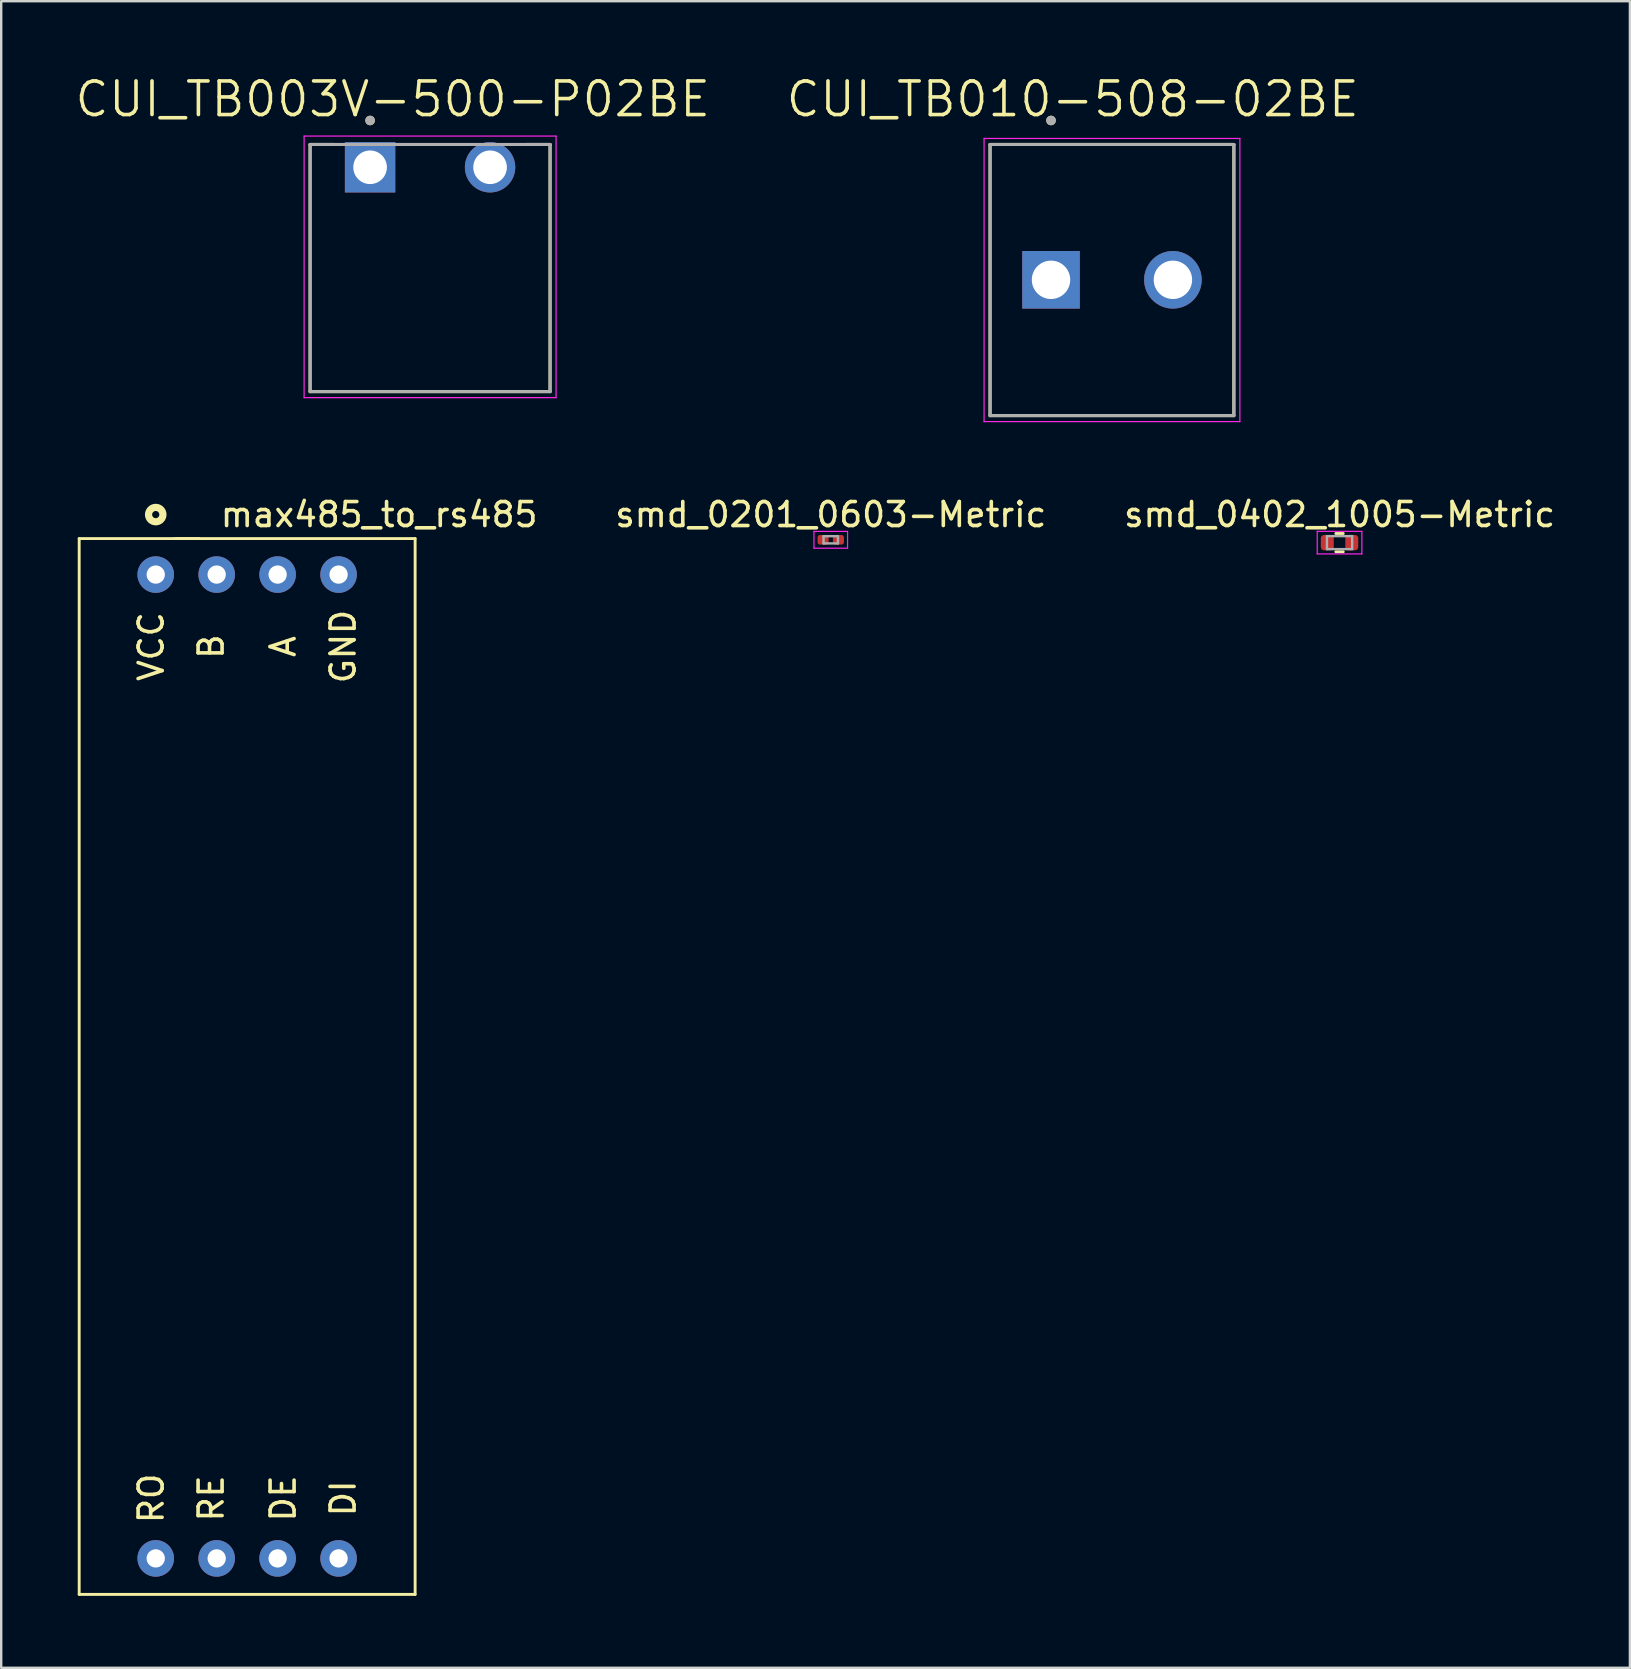
<source format=kicad_pcb>
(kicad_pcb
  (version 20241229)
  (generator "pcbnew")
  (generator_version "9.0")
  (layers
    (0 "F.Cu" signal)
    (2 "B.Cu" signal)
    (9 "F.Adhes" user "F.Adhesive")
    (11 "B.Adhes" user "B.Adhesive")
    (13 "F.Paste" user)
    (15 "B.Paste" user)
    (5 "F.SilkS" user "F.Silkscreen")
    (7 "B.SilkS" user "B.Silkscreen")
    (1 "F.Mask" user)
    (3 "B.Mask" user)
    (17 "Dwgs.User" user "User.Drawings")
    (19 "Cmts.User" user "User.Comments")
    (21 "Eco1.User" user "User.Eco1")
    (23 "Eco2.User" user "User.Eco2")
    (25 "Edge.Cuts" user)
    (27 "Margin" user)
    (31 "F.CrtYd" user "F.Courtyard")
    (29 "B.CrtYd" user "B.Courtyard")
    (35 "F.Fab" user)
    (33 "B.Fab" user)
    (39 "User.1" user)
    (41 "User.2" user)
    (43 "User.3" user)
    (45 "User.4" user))
  (footprint "CUI_TB003V-500-P02BE"
    (layer "F.Cu")
    (at 12.373 3.921)
    (property "Reference" "CUI_TB003V-500-P02BE" (at 0.945 -2.839 0) (layer "F.SilkS") (effects (font (size 1.4 1.4) (thickness 0.15))))
    (attr through_hole)
    (fp_line (start -2.5 -0.95) (end -1.5 -0.95) (stroke (width 0.127) (type solid)) (layer "F.SilkS"))
    (fp_line (start -2.5 9.35) (end -2.5 -0.95) (stroke (width 0.127) (type solid)) (layer "F.SilkS"))
    (fp_line (start 7.5 -0.95) (end 6.5 -0.95) (stroke (width 0.127) (type solid)) (layer "F.SilkS"))
    (fp_line (start 7.5 -0.95) (end 7.5 9.35) (stroke (width 0.127) (type solid)) (layer "F.SilkS"))
    (fp_line (start 7.5 9.35) (end -2.5 9.35) (stroke (width 0.127) (type solid)) (layer "F.SilkS"))
    (fp_circle (center 0 -1.95) (end 0.1 -1.95) (stroke (width 0.2) (type solid)) (fill no) (layer "F.SilkS"))
    (fp_line (start -2.75 -1.3) (end 7.75 -1.3) (stroke (width 0.05) (type solid)) (layer "F.CrtYd"))
    (fp_line (start -2.75 9.6) (end -2.75 -1.3) (stroke (width 0.05) (type solid)) (layer "F.CrtYd"))
    (fp_line (start 7.75 -1.3) (end 7.75 9.6) (stroke (width 0.05) (type solid)) (layer "F.CrtYd"))
    (fp_line (start 7.75 9.6) (end -2.75 9.6) (stroke (width 0.05) (type solid)) (layer "F.CrtYd"))
    (fp_line (start -2.5 -0.95) (end 7.5 -0.95) (stroke (width 0.127) (type solid)) (layer "F.Fab"))
    (fp_line (start -2.5 9.35) (end -2.5 -0.95) (stroke (width 0.127) (type solid)) (layer "F.Fab"))
    (fp_line (start 7.5 -0.95) (end 7.5 9.35) (stroke (width 0.127) (type solid)) (layer "F.Fab"))
    (fp_line (start 7.5 9.35) (end -2.5 9.35) (stroke (width 0.127) (type solid)) (layer "F.Fab"))
    (fp_circle (center 0 -1.95) (end 0.1 -1.95) (stroke (width 0.2) (type solid)) (fill no) (layer "F.Fab"))
    (pad "1" thru_hole rect (at 0 0) (size 2.1 2.1) (drill 1.4) (layers "*.Cu" "*.Mask"))
    (pad "2" thru_hole circle (at 5 0) (size 2.1 2.1) (drill 1.4) (layers "*.Cu" "*.Mask")))
  (footprint "max485_to_rs485"
    (layer "F.Cu")
    (at 0.25 19.395)
    (property "Reference" "max485_to_rs485" (at 12.5 -1 0) (layer "F.SilkS") (effects (font (size 1 1) (thickness 0.15))))
    (attr through_hole)
    (fp_line (start 0 0) (end 0 44) (stroke (width 0.12) (type solid)) (layer "F.SilkS"))
    (fp_line (start 0 0) (end 14 0) (stroke (width 0.12) (type solid)) (layer "F.SilkS"))
    (fp_line (start 0 44) (end 14 44) (stroke (width 0.12) (type solid)) (layer "F.SilkS"))
    (fp_line (start 5 0) (end 4 0) (stroke (width 0.12) (type solid)) (layer "F.SilkS"))
    (fp_line (start 14 0) (end 14 44) (stroke (width 0.12) (type solid)) (layer "F.SilkS"))
    (fp_circle (center 3.19 -1) (end 3.49 -1) (stroke (width 0.3) (type solid)) (fill no) (layer "F.SilkS"))
    (fp_text user "RE" (at 5.5 40 90) (layer "F.SilkS") (effects (font (size 1 1) (thickness 0.15))))
    (fp_text user "RO" (at 3 40 90) (layer "F.SilkS") (effects (font (size 1 1) (thickness 0.15))))
    (fp_text user "DE" (at 8.5 40 90) (layer "F.SilkS") (effects (font (size 1 1) (thickness 0.15))))
    (fp_text user "GND" (at 11 4.5 90) (layer "F.SilkS") (effects (font (size 1 1) (thickness 0.15))))
    (fp_text user "B" (at 5.5 4.5 90) (layer "F.SilkS") (effects (font (size 1 1) (thickness 0.15))))
    (fp_text user "A" (at 8.5 4.5 90) (layer "F.SilkS") (effects (font (size 1 1) (thickness 0.15))))
    (fp_text user "VCC" (at 3 4.5 90) (layer "F.SilkS") (effects (font (size 1 1) (thickness 0.15))))
    (fp_text user "DI" (at 11 40 90) (layer "F.SilkS") (effects (font (size 1 1) (thickness 0.15))))
    (pad "1" thru_hole circle (at 3.19 1.5) (size 1.524 1.524) (drill 0.762) (layers "*.Cu" "*.Mask"))
    (pad "2" thru_hole circle (at 5.73 1.5) (size 1.524 1.524) (drill 0.762) (layers "*.Cu" "*.Mask"))
    (pad "3" thru_hole circle (at 8.27 1.5) (size 1.524 1.524) (drill 0.762) (layers "*.Cu" "*.Mask"))
    (pad "4" thru_hole circle (at 10.81 1.5) (size 1.524 1.524) (drill 0.762) (layers "*.Cu" "*.Mask"))
    (pad "5" thru_hole circle (at 3.19 42.5) (size 1.524 1.524) (drill 0.762) (layers "*.Cu" "*.Mask"))
    (pad "6" thru_hole circle (at 5.73 42.5) (size 1.524 1.524) (drill 0.762) (layers "*.Cu" "*.Mask"))
    (pad "7" thru_hole circle (at 8.27 42.5) (size 1.524 1.524) (drill 0.762) (layers "*.Cu" "*.Mask"))
    (pad "8" thru_hole circle (at 10.81 42.5) (size 1.524 1.524) (drill 0.762) (layers "*.Cu" "*.Mask")))
  (footprint "CUI_TB010-508-02BE"
    (layer "F.Cu")
    (at 40.75 8.611)
    (property "Reference" "CUI_TB010-508-02BE" (at 0.905 -7.529 0) (layer "F.SilkS") (effects (font (size 1.4 1.4) (thickness 0.15))))
    (attr through_hole)
    (fp_line (start -2.54 -5.64) (end 7.62 -5.64) (stroke (width 0.127) (type solid)) (layer "F.SilkS"))
    (fp_line (start -2.54 5.66) (end -2.54 -5.64) (stroke (width 0.127) (type solid)) (layer "F.SilkS"))
    (fp_line (start 7.62 -5.64) (end 7.62 5.66) (stroke (width 0.127) (type solid)) (layer "F.SilkS"))
    (fp_line (start 7.62 5.66) (end -2.54 5.66) (stroke (width 0.127) (type solid)) (layer "F.SilkS"))
    (fp_circle (center 0 -6.64) (end 0.1 -6.64) (stroke (width 0.2) (type solid)) (fill no) (layer "F.SilkS"))
    (fp_line (start -2.79 -5.89) (end 7.87 -5.89) (stroke (width 0.05) (type solid)) (layer "F.CrtYd"))
    (fp_line (start -2.79 5.91) (end -2.79 -5.89) (stroke (width 0.05) (type solid)) (layer "F.CrtYd"))
    (fp_line (start 7.87 -5.89) (end 7.87 5.91) (stroke (width 0.05) (type solid)) (layer "F.CrtYd"))
    (fp_line (start 7.87 5.91) (end -2.79 5.91) (stroke (width 0.05) (type solid)) (layer "F.CrtYd"))
    (fp_line (start -2.54 -5.64) (end 7.62 -5.64) (stroke (width 0.127) (type solid)) (layer "F.Fab"))
    (fp_line (start -2.54 5.66) (end -2.54 -5.64) (stroke (width 0.127) (type solid)) (layer "F.Fab"))
    (fp_line (start 7.62 -5.64) (end 7.62 5.66) (stroke (width 0.127) (type solid)) (layer "F.Fab"))
    (fp_line (start 7.62 5.66) (end -2.54 5.66) (stroke (width 0.127) (type solid)) (layer "F.Fab"))
    (fp_circle (center 0 -6.64) (end 0.1 -6.64) (stroke (width 0.2) (type solid)) (fill no) (layer "F.Fab"))
    (pad "1" thru_hole rect (at 0 0) (size 2.4 2.4) (drill 1.6) (layers "*.Cu" "*.Mask"))
    (pad "2" thru_hole circle (at 5.08 0) (size 2.4 2.4) (drill 1.6) (layers "*.Cu" "*.Mask")))
  (footprint "smd_0402_1005-Metric"
    (layer "F.Cu")
    (at 52.774 19.564)
    (property "Reference" "smd_0402_1005-Metric" (at 0 -1.17 0) (layer "F.SilkS") (effects (font (size 1 1) (thickness 0.15))))
    (attr smd)
    (fp_line (start -0.154 -0.38) (end 0.154 -0.38) (stroke (width 0.12) (type solid)) (layer "F.SilkS"))
    (fp_line (start -0.154 0.38) (end 0.154 0.38) (stroke (width 0.12) (type solid)) (layer "F.SilkS"))
    (fp_line (start -0.93 -0.47) (end 0.93 -0.47) (stroke (width 0.05) (type solid)) (layer "F.CrtYd"))
    (fp_line (start -0.93 0.47) (end -0.93 -0.47) (stroke (width 0.05) (type solid)) (layer "F.CrtYd"))
    (fp_line (start 0.93 -0.47) (end 0.93 0.47) (stroke (width 0.05) (type solid)) (layer "F.CrtYd"))
    (fp_line (start 0.93 0.47) (end -0.93 0.47) (stroke (width 0.05) (type solid)) (layer "F.CrtYd"))
    (fp_line (start -0.525 -0.27) (end 0.525 -0.27) (stroke (width 0.1) (type solid)) (layer "F.Fab"))
    (fp_line (start -0.525 0.27) (end -0.525 -0.27) (stroke (width 0.1) (type solid)) (layer "F.Fab"))
    (fp_line (start 0.525 -0.27) (end 0.525 0.27) (stroke (width 0.1) (type solid)) (layer "F.Fab"))
    (fp_line (start 0.525 0.27) (end -0.525 0.27) (stroke (width 0.1) (type solid)) (layer "F.Fab"))
    (pad "1" smd roundrect (at -0.51 0) (size 0.54 0.64) (layers "F.Cu" "F.Mask" "F.Paste") (roundrect_rratio 0.25))
    (pad "2" smd roundrect (at 0.51 0) (size 0.54 0.64) (layers "F.Cu" "F.Mask" "F.Paste") (roundrect_rratio 0.25)))
  (footprint "smd_0201_0603-Metric"
    (layer "F.Cu")
    (at 31.571 19.445)
    (property "Reference" "smd_0201_0603-Metric" (at 0 -1.05 0) (layer "F.SilkS") (effects (font (size 1 1) (thickness 0.15))))
    (attr smd)
    (fp_line (start -0.7 -0.35) (end 0.7 -0.35) (stroke (width 0.05) (type solid)) (layer "F.CrtYd"))
    (fp_line (start -0.7 0.35) (end -0.7 -0.35) (stroke (width 0.05) (type solid)) (layer "F.CrtYd"))
    (fp_line (start 0.7 -0.35) (end 0.7 0.35) (stroke (width 0.05) (type solid)) (layer "F.CrtYd"))
    (fp_line (start 0.7 0.35) (end -0.7 0.35) (stroke (width 0.05) (type solid)) (layer "F.CrtYd"))
    (fp_line (start -0.3 -0.15) (end 0.3 -0.15) (stroke (width 0.1) (type solid)) (layer "F.Fab"))
    (fp_line (start -0.3 0.15) (end -0.3 -0.15) (stroke (width 0.1) (type solid)) (layer "F.Fab"))
    (fp_line (start 0.3 -0.15) (end 0.3 0.15) (stroke (width 0.1) (type solid)) (layer "F.Fab"))
    (fp_line (start 0.3 0.15) (end -0.3 0.15) (stroke (width 0.1) (type solid)) (layer "F.Fab"))
    (pad "" smd roundrect (at -0.345 0) (size 0.318 0.36) (layers "F.Paste") (roundrect_rratio 0.25))
    (pad "" smd roundrect (at 0.345 0) (size 0.318 0.36) (layers "F.Paste") (roundrect_rratio 0.25))
    (pad "1" smd roundrect (at -0.32 0) (size 0.46 0.4) (layers "F.Cu" "F.Mask") (roundrect_rratio 0.25))
    (pad "2" smd roundrect (at 0.32 0) (size 0.46 0.4) (layers "F.Cu" "F.Mask") (roundrect_rratio 0.25)))
  (gr_rect
    (start -3 -3)
    (end 64.875 66.454)
    (stroke (width 0.1) (type default))
    (fill no)
    (layer "Edge.Cuts")))
</source>
